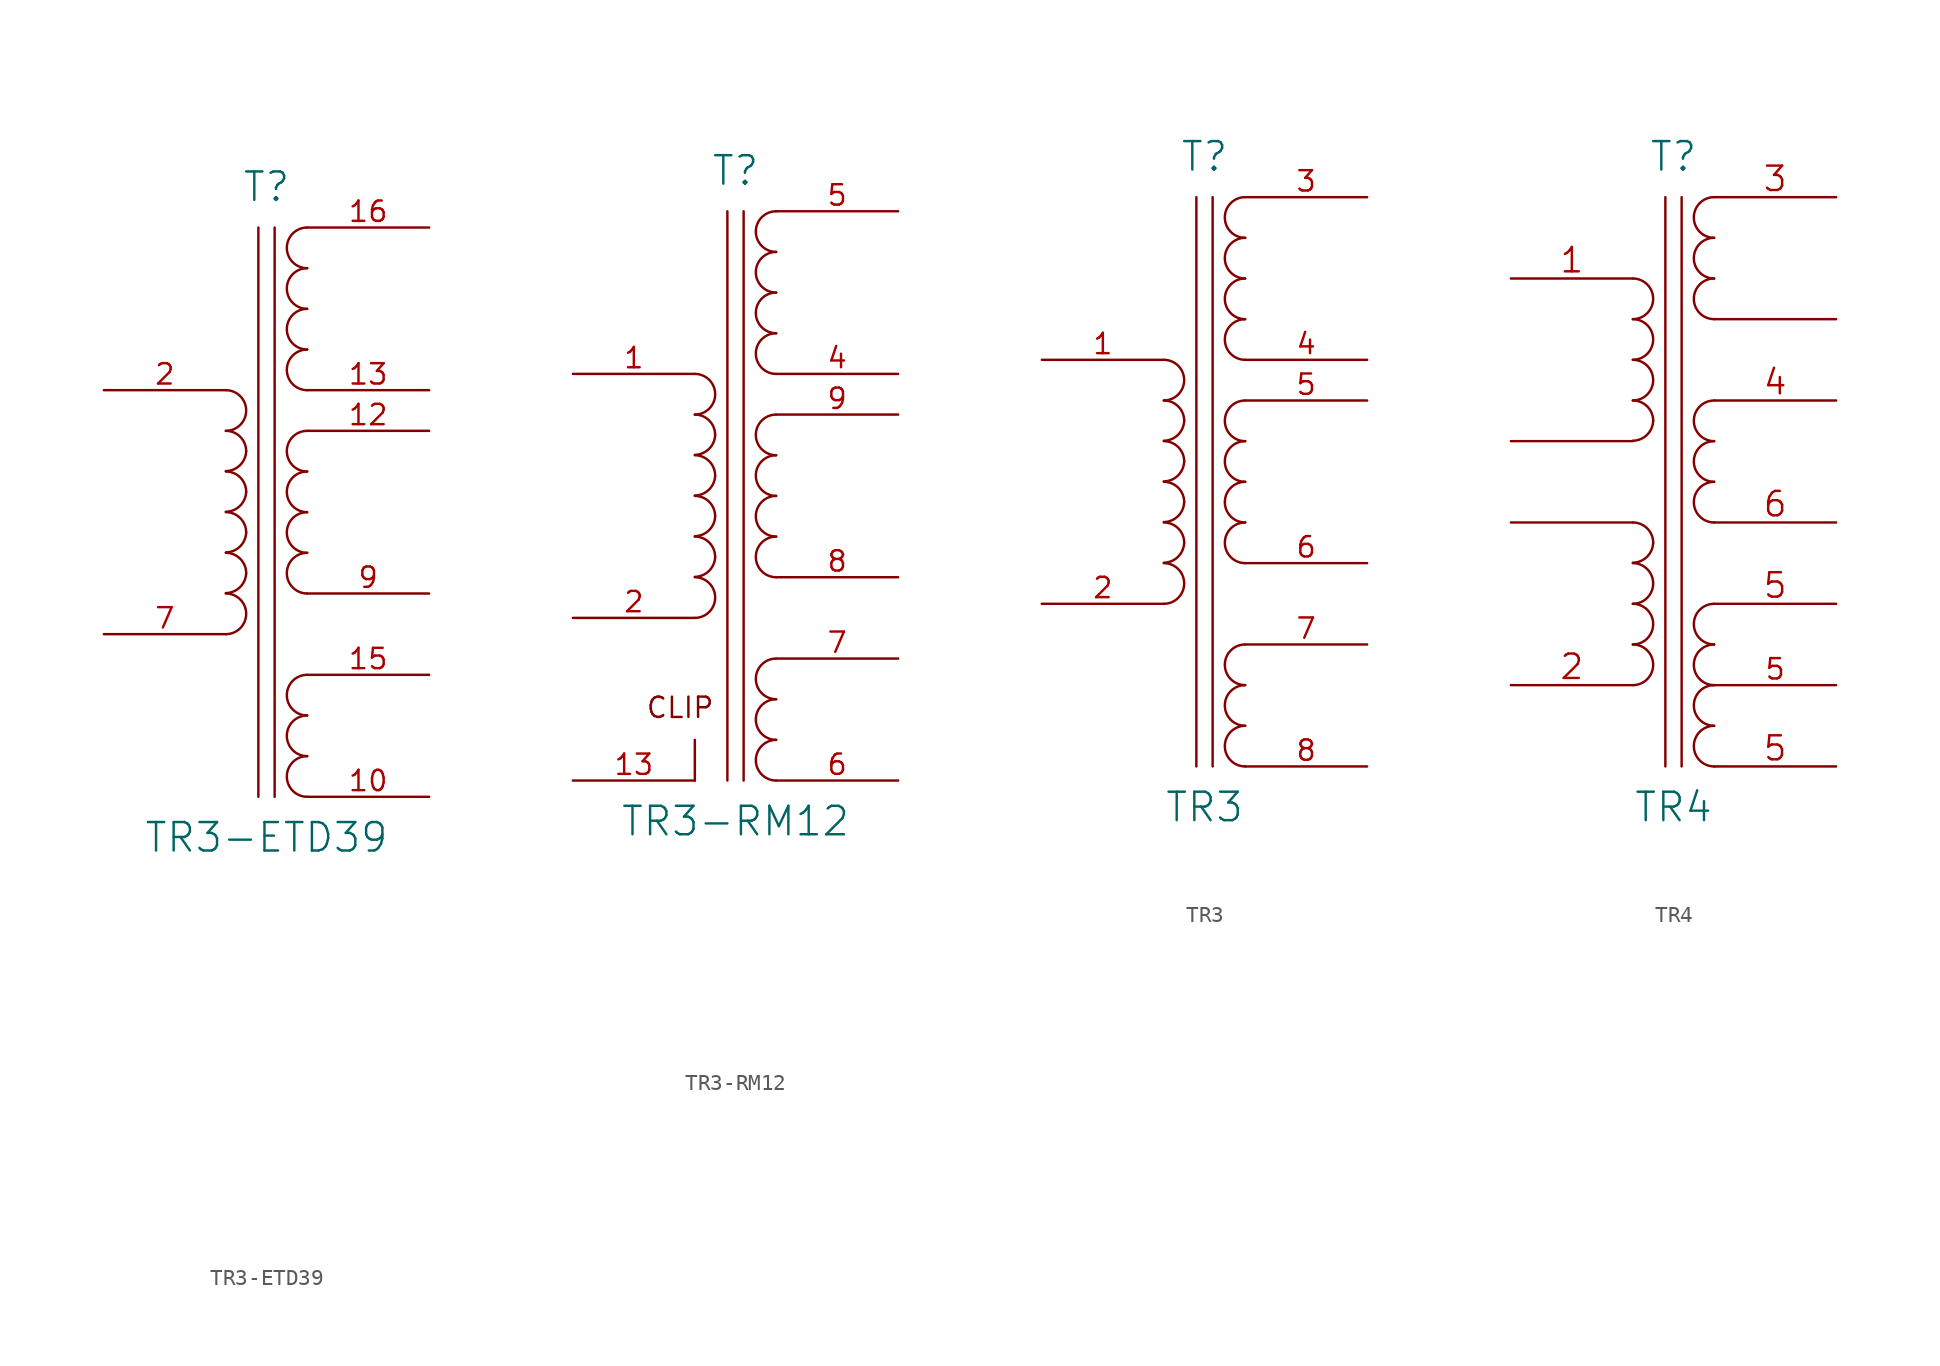
<source format=kicad_sym>
(kicad_symbol_lib
  (version 20211014)
  (generator kicad_symbol_editor)
  (symbol "TR3-ETD39"
    (pin_names
      (offset 1.016) hide)
    (property "Reference" "T"
      (at 0 20.32 0)
      (effects (font (size 1.778 1.778))))
    (property "Value" "TR3-ETD39"
      (at 0 -20.32 0)
      (effects (font (size 1.778 1.778))))
    (property "Footprint" ""
      (at 0 0 0)
      (effects (font (size 1.524 1.524))))
    (property "Datasheet" ""
      (at 0 0 0)
      (effects (font (size 1.524 1.524))))
    (symbol "TR3-ETD39_0_1"
      (arc (start -2.54 -7.62) (mid -1.27 -6.35) (end -2.54 -5.08) (stroke (width 0) (type default) (color 0 0 0 0)) (fill (type none)))
      (arc (start -2.54 -5.0546) (mid -1.6599 -4.6901) (end -1.27 -3.81) (stroke (width 0) (type default) (color 0 0 0 0)) (fill (type none)))
      (arc (start -2.54 -2.5146) (mid -1.6599 -2.1501) (end -1.27 -1.27) (stroke (width 0) (type default) (color 0 0 0 0)) (fill (type none)))
      (arc (start -2.54 0.0254) (mid -1.6599 0.3899) (end -1.27 1.27) (stroke (width 0) (type default) (color 0 0 0 0)) (fill (type none)))
      (arc (start -2.54 2.5654) (mid -1.6599 2.9299) (end -1.27 3.81) (stroke (width 0) (type default) (color 0 0 0 0)) (fill (type none)))
      (arc (start -2.54 5.08) (mid -1.27 6.35) (end -2.54 7.62) (stroke (width 0) (type default) (color 0 0 0 0)) (fill (type none)))
      (arc (start -1.27 -3.81) (mid -1.642 -2.912) (end -2.54 -2.54) (stroke (width 0) (type default) (color 0 0 0 0)) (fill (type none)))
      (arc (start -1.27 -1.27) (mid -1.642 -0.372) (end -2.54 0) (stroke (width 0) (type default) (color 0 0 0 0)) (fill (type none)))
      (arc (start -1.27 1.27) (mid -1.642 2.168) (end -2.54 2.54) (stroke (width 0) (type default) (color 0 0 0 0)) (fill (type none)))
      (arc (start -1.27 3.81) (mid -1.642 4.708) (end -2.54 5.08) (stroke (width 0) (type default) (color 0 0 0 0)) (fill (type none)))
      (polyline (pts (xy -0.508 -17.78) (xy -0.508 17.78)) (stroke (width 0) (type default) (color 0 0 0 0)) (fill (type none)))
      (polyline (pts (xy 0.508 17.78) (xy 0.508 -17.78)) (stroke (width 0) (type default) (color 0 0 0 0)) (fill (type none)))
      (arc (start 2.54 -15.24) (mid 1.27 -16.51) (end 2.54 -17.78) (stroke (width 0) (type default) (color 0 0 0 0)) (fill (type none)))
      (arc (start 2.54 -12.7) (mid 1.27 -13.97) (end 2.54 -15.24) (stroke (width 0) (type default) (color 0 0 0 0)) (fill (type none)))
      (arc (start 2.54 -10.16) (mid 1.27 -11.43) (end 2.54 -12.7) (stroke (width 0) (type default) (color 0 0 0 0)) (fill (type none)))
      (arc (start 2.54 -2.54) (mid 1.27 -3.81) (end 2.54 -5.08) (stroke (width 0) (type default) (color 0 0 0 0)) (fill (type none)))
      (arc (start 2.54 0) (mid 1.27 -1.27) (end 2.54 -2.54) (stroke (width 0) (type default) (color 0 0 0 0)) (fill (type none)))
      (arc (start 2.54 2.54) (mid 1.27 1.27) (end 2.54 0) (stroke (width 0) (type default) (color 0 0 0 0)) (fill (type none)))
      (arc (start 2.54 5.08) (mid 1.27 3.81) (end 2.54 2.54) (stroke (width 0) (type default) (color 0 0 0 0)) (fill (type none)))
      (arc (start 2.54 10.16) (mid 1.27 8.89) (end 2.54 7.62) (stroke (width 0) (type default) (color 0 0 0 0)) (fill (type none)))
      (arc (start 2.54 12.7) (mid 1.27 11.43) (end 2.54 10.16) (stroke (width 0) (type default) (color 0 0 0 0)) (fill (type none)))
      (arc (start 2.54 15.24) (mid 1.27 13.97) (end 2.54 12.7) (stroke (width 0) (type default) (color 0 0 0 0)) (fill (type none)))
      (arc (start 2.54 17.78) (mid 1.27 16.51) (end 2.54 15.24) (stroke (width 0) (type default) (color 0 0 0 0)) (fill (type none))))
    (symbol "TR3-ETD39_1_1"
      (pin no_connect line (at 3.81 -22.86 180) (length 7.62) hide (name "~" (effects (font (size 1.27 1.27)))) (number "1" (effects (font (size 1.27 1.27)))))
      (pin passive line (at 10.16 -17.78 180) (length 7.62) (name "~" (effects (font (size 1.27 1.27)))) (number "10" (effects (font (size 1.27 1.27)))))
      (pin no_connect line (at 3.81 -38.1 180) (length 7.62) hide (name "~" (effects (font (size 1.27 1.27)))) (number "11" (effects (font (size 1.27 1.27)))))
      (pin input line (at 10.16 5.08 180) (length 7.62) (name "~" (effects (font (size 1.27 1.27)))) (number "12" (effects (font (size 1.27 1.27)))))
      (pin passive line (at 10.16 7.62 180) (length 7.62) (name "~" (effects (font (size 1.27 1.27)))) (number "13" (effects (font (size 1.27 1.27)))))
      (pin no_connect line (at 3.81 -40.64 180) (length 7.62) hide (name "~" (effects (font (size 1.27 1.27)))) (number "14" (effects (font (size 1.27 1.27)))))
      (pin passive line (at 10.16 -10.16 180) (length 7.62) (name "~" (effects (font (size 1.27 1.27)))) (number "15" (effects (font (size 1.27 1.27)))))
      (pin passive line (at 10.16 17.78 180) (length 7.62) (name "~" (effects (font (size 1.27 1.27)))) (number "16" (effects (font (size 1.27 1.27)))))
      (pin passive line (at -10.16 7.62 0) (length 7.62) (name "~" (effects (font (size 1.27 1.27)))) (number "2" (effects (font (size 1.27 1.27)))))
      (pin no_connect line (at 3.81 -25.4 180) (length 7.62) hide (name "~" (effects (font (size 1.27 1.27)))) (number "3" (effects (font (size 1.27 1.27)))))
      (pin no_connect line (at 3.81 -27.94 180) (length 7.62) hide (name "~" (effects (font (size 1.27 1.27)))) (number "4" (effects (font (size 1.27 1.27)))))
      (pin no_connect line (at 3.81 -30.48 180) (length 7.62) hide (name "~" (effects (font (size 1.27 1.27)))) (number "5" (effects (font (size 1.27 1.27)))))
      (pin no_connect line (at 3.81 -33.02 180) (length 7.62) hide (name "~" (effects (font (size 1.27 1.27)))) (number "6" (effects (font (size 1.27 1.27)))))
      (pin passive line (at -10.16 -7.62 0) (length 7.62) (name "~" (effects (font (size 1.27 1.27)))) (number "7" (effects (font (size 1.27 1.27)))))
      (pin no_connect line (at 3.81 -35.56 180) (length 7.62) hide (name "~" (effects (font (size 1.27 1.27)))) (number "8" (effects (font (size 1.27 1.27)))))
      (pin input line (at 10.16 -5.08 180) (length 7.62) (name "~" (effects (font (size 1.27 1.27)))) (number "9" (effects (font (size 1.27 1.27)))))))
  (symbol "TR3-RM12"
    (pin_names
      (offset 1.016) hide)
    (property "Reference" "T"
      (at 0 20.32 0)
      (effects (font (size 1.778 1.778))))
    (property "Value" "TR3-RM12"
      (at 0 -20.32 0)
      (effects (font (size 1.778 1.778))))
    (property "Footprint" ""
      (at 0 0 0)
      (effects (font (size 1.524 1.524))))
    (property "Datasheet" ""
      (at 0 0 0)
      (effects (font (size 1.524 1.524))))
    (symbol "TR3-RM12_0_0"
      (polyline (pts (xy -2.54 -17.78) (xy -2.54 -15.24)) (stroke (width 0) (type default) (color 0 0 0 0)) (fill (type none)))
      (text "CLIP" (at -1.27 -13.97 0) (effects (font (size 1.27 1.27)) (justify right bottom))))
    (symbol "TR3-RM12_0_1"
      (arc (start -2.54 -7.62) (mid -1.27 -6.35) (end -2.54 -5.08) (stroke (width 0) (type default) (color 0 0 0 0)) (fill (type none)))
      (arc (start -2.54 -5.0546) (mid -1.6599 -4.6901) (end -1.27 -3.81) (stroke (width 0) (type default) (color 0 0 0 0)) (fill (type none)))
      (arc (start -2.54 -2.5146) (mid -1.6599 -2.1501) (end -1.27 -1.27) (stroke (width 0) (type default) (color 0 0 0 0)) (fill (type none)))
      (arc (start -2.54 0.0254) (mid -1.6599 0.3899) (end -1.27 1.27) (stroke (width 0) (type default) (color 0 0 0 0)) (fill (type none)))
      (arc (start -2.54 2.5654) (mid -1.6599 2.9299) (end -1.27 3.81) (stroke (width 0) (type default) (color 0 0 0 0)) (fill (type none)))
      (arc (start -2.54 5.08) (mid -1.27 6.35) (end -2.54 7.62) (stroke (width 0) (type default) (color 0 0 0 0)) (fill (type none)))
      (arc (start -1.27 -3.81) (mid -1.642 -2.912) (end -2.54 -2.54) (stroke (width 0) (type default) (color 0 0 0 0)) (fill (type none)))
      (arc (start -1.27 -1.27) (mid -1.642 -0.372) (end -2.54 0) (stroke (width 0) (type default) (color 0 0 0 0)) (fill (type none)))
      (arc (start -1.27 1.27) (mid -1.642 2.168) (end -2.54 2.54) (stroke (width 0) (type default) (color 0 0 0 0)) (fill (type none)))
      (arc (start -1.27 3.81) (mid -1.642 4.708) (end -2.54 5.08) (stroke (width 0) (type default) (color 0 0 0 0)) (fill (type none)))
      (polyline (pts (xy -0.508 -17.78) (xy -0.508 17.78)) (stroke (width 0) (type default) (color 0 0 0 0)) (fill (type none)))
      (polyline (pts (xy 0.508 17.78) (xy 0.508 -17.78)) (stroke (width 0) (type default) (color 0 0 0 0)) (fill (type none)))
      (arc (start 2.54 -15.24) (mid 1.27 -16.51) (end 2.54 -17.78) (stroke (width 0) (type default) (color 0 0 0 0)) (fill (type none)))
      (arc (start 2.54 -12.7) (mid 1.27 -13.97) (end 2.54 -15.24) (stroke (width 0) (type default) (color 0 0 0 0)) (fill (type none)))
      (arc (start 2.54 -10.16) (mid 1.27 -11.43) (end 2.54 -12.7) (stroke (width 0) (type default) (color 0 0 0 0)) (fill (type none)))
      (arc (start 2.54 -2.54) (mid 1.27 -3.81) (end 2.54 -5.08) (stroke (width 0) (type default) (color 0 0 0 0)) (fill (type none)))
      (arc (start 2.54 0) (mid 1.27 -1.27) (end 2.54 -2.54) (stroke (width 0) (type default) (color 0 0 0 0)) (fill (type none)))
      (arc (start 2.54 2.54) (mid 1.27 1.27) (end 2.54 0) (stroke (width 0) (type default) (color 0 0 0 0)) (fill (type none)))
      (arc (start 2.54 5.08) (mid 1.27 3.81) (end 2.54 2.54) (stroke (width 0) (type default) (color 0 0 0 0)) (fill (type none)))
      (arc (start 2.54 10.16) (mid 1.27 8.89) (end 2.54 7.62) (stroke (width 0) (type default) (color 0 0 0 0)) (fill (type none)))
      (arc (start 2.54 12.7) (mid 1.27 11.43) (end 2.54 10.16) (stroke (width 0) (type default) (color 0 0 0 0)) (fill (type none)))
      (arc (start 2.54 15.24) (mid 1.27 13.97) (end 2.54 12.7) (stroke (width 0) (type default) (color 0 0 0 0)) (fill (type none)))
      (arc (start 2.54 17.78) (mid 1.27 16.51) (end 2.54 15.24) (stroke (width 0) (type default) (color 0 0 0 0)) (fill (type none))))
    (symbol "TR3-RM12_1_1"
      (pin passive line (at -10.16 7.62 0) (length 7.62) (name "~" (effects (font (size 1.27 1.27)))) (number "1" (effects (font (size 1.27 1.27)))))
      (pin no_connect line (at 3.81 -25.4 180) (length 7.62) hide (name "~" (effects (font (size 1.27 1.27)))) (number "10" (effects (font (size 1.27 1.27)))))
      (pin no_connect line (at 3.81 -27.94 180) (length 7.62) hide (name "~" (effects (font (size 1.27 1.27)))) (number "11" (effects (font (size 1.27 1.27)))))
      (pin no_connect line (at 3.81 -30.48 180) (length 7.62) hide (name "~" (effects (font (size 1.27 1.27)))) (number "12" (effects (font (size 1.27 1.27)))))
      (pin passive line (at -10.16 -17.78 0) (length 7.62) (name "CLIP" (effects (font (size 1.27 1.27)))) (number "13" (effects (font (size 1.27 1.27)))))
      (pin passive line (at -10.16 -7.62 0) (length 7.62) (name "~" (effects (font (size 1.27 1.27)))) (number "2" (effects (font (size 1.27 1.27)))))
      (pin no_connect line (at 3.81 -22.86 180) (length 7.62) hide (name "~" (effects (font (size 1.27 1.27)))) (number "3" (effects (font (size 1.27 1.27)))))
      (pin passive line (at 10.16 7.62 180) (length 7.62) (name "~" (effects (font (size 1.27 1.27)))) (number "4" (effects (font (size 1.27 1.27)))))
      (pin passive line (at 10.16 17.78 180) (length 7.62) (name "~" (effects (font (size 1.27 1.27)))) (number "5" (effects (font (size 1.27 1.27)))))
      (pin passive line (at 10.16 -17.78 180) (length 7.62) (name "~" (effects (font (size 1.27 1.27)))) (number "6" (effects (font (size 1.27 1.27)))))
      (pin passive line (at 10.16 -10.16 180) (length 7.62) (name "~" (effects (font (size 1.27 1.27)))) (number "7" (effects (font (size 1.27 1.27)))))
      (pin input line (at 10.16 -5.08 180) (length 7.62) (name "~" (effects (font (size 1.27 1.27)))) (number "8" (effects (font (size 1.27 1.27)))))
      (pin input line (at 10.16 5.08 180) (length 7.62) (name "~" (effects (font (size 1.27 1.27)))) (number "9" (effects (font (size 1.27 1.27)))))))
  (symbol "TR3"
    (pin_names
      (offset 1.016) hide)
    (property "Reference" "T"
      (at 0 20.32 0)
      (effects (font (size 1.778 1.778))))
    (property "Value" "TR3"
      (at 0 -20.32 0)
      (effects (font (size 1.778 1.778))))
    (property "Footprint" ""
      (at 0 0 0)
      (effects (font (size 1.524 1.524))))
    (property "Datasheet" ""
      (at 0 0 0)
      (effects (font (size 1.524 1.524))))
    (symbol "TR3_0_1"
      (arc (start -2.54 -7.62) (mid -1.27 -6.35) (end -2.54 -5.08) (stroke (width 0) (type default) (color 0 0 0 0)) (fill (type none)))
      (arc (start -2.54 -5.0546) (mid -1.6599 -4.6901) (end -1.27 -3.81) (stroke (width 0) (type default) (color 0 0 0 0)) (fill (type none)))
      (arc (start -2.54 -2.5146) (mid -1.6599 -2.1501) (end -1.27 -1.27) (stroke (width 0) (type default) (color 0 0 0 0)) (fill (type none)))
      (arc (start -2.54 0.0254) (mid -1.6599 0.3899) (end -1.27 1.27) (stroke (width 0) (type default) (color 0 0 0 0)) (fill (type none)))
      (arc (start -2.54 2.5654) (mid -1.6599 2.9299) (end -1.27 3.81) (stroke (width 0) (type default) (color 0 0 0 0)) (fill (type none)))
      (arc (start -2.54 5.08) (mid -1.27 6.35) (end -2.54 7.62) (stroke (width 0) (type default) (color 0 0 0 0)) (fill (type none)))
      (arc (start -1.27 -3.81) (mid -1.642 -2.912) (end -2.54 -2.54) (stroke (width 0) (type default) (color 0 0 0 0)) (fill (type none)))
      (arc (start -1.27 -1.27) (mid -1.642 -0.372) (end -2.54 0) (stroke (width 0) (type default) (color 0 0 0 0)) (fill (type none)))
      (arc (start -1.27 1.27) (mid -1.642 2.168) (end -2.54 2.54) (stroke (width 0) (type default) (color 0 0 0 0)) (fill (type none)))
      (arc (start -1.27 3.81) (mid -1.642 4.708) (end -2.54 5.08) (stroke (width 0) (type default) (color 0 0 0 0)) (fill (type none)))
      (polyline (pts (xy -0.508 -17.78) (xy -0.508 17.78)) (stroke (width 0) (type default) (color 0 0 0 0)) (fill (type none)))
      (polyline (pts (xy 0.508 17.78) (xy 0.508 -17.78)) (stroke (width 0) (type default) (color 0 0 0 0)) (fill (type none)))
      (arc (start 2.54 -15.24) (mid 1.27 -16.51) (end 2.54 -17.78) (stroke (width 0) (type default) (color 0 0 0 0)) (fill (type none)))
      (arc (start 2.54 -12.7) (mid 1.27 -13.97) (end 2.54 -15.24) (stroke (width 0) (type default) (color 0 0 0 0)) (fill (type none)))
      (arc (start 2.54 -10.16) (mid 1.27 -11.43) (end 2.54 -12.7) (stroke (width 0) (type default) (color 0 0 0 0)) (fill (type none)))
      (arc (start 2.54 -2.54) (mid 1.27 -3.81) (end 2.54 -5.08) (stroke (width 0) (type default) (color 0 0 0 0)) (fill (type none)))
      (arc (start 2.54 0) (mid 1.27 -1.27) (end 2.54 -2.54) (stroke (width 0) (type default) (color 0 0 0 0)) (fill (type none)))
      (arc (start 2.54 2.54) (mid 1.27 1.27) (end 2.54 0) (stroke (width 0) (type default) (color 0 0 0 0)) (fill (type none)))
      (arc (start 2.54 5.08) (mid 1.27 3.81) (end 2.54 2.54) (stroke (width 0) (type default) (color 0 0 0 0)) (fill (type none)))
      (arc (start 2.54 10.16) (mid 1.27 8.89) (end 2.54 7.62) (stroke (width 0) (type default) (color 0 0 0 0)) (fill (type none)))
      (arc (start 2.54 12.7) (mid 1.27 11.43) (end 2.54 10.16) (stroke (width 0) (type default) (color 0 0 0 0)) (fill (type none)))
      (arc (start 2.54 15.24) (mid 1.27 13.97) (end 2.54 12.7) (stroke (width 0) (type default) (color 0 0 0 0)) (fill (type none)))
      (arc (start 2.54 17.78) (mid 1.27 16.51) (end 2.54 15.24) (stroke (width 0) (type default) (color 0 0 0 0)) (fill (type none))))
    (symbol "TR3_1_1"
      (pin passive line (at -10.16 7.62 0) (length 7.62) (name "~" (effects (font (size 1.27 1.27)))) (number "1" (effects (font (size 1.27 1.27)))))
      (pin passive line (at -10.16 -7.62 0) (length 7.62) (name "~" (effects (font (size 1.27 1.27)))) (number "2" (effects (font (size 1.27 1.27)))))
      (pin passive line (at 10.16 17.78 180) (length 7.62) (name "~" (effects (font (size 1.27 1.27)))) (number "3" (effects (font (size 1.27 1.27)))))
      (pin passive line (at 10.16 7.62 180) (length 7.62) (name "~" (effects (font (size 1.27 1.27)))) (number "4" (effects (font (size 1.27 1.27)))))
      (pin input line (at 10.16 5.08 180) (length 7.62) (name "~" (effects (font (size 1.27 1.27)))) (number "5" (effects (font (size 1.27 1.27)))))
      (pin input line (at 10.16 -5.08 180) (length 7.62) (name "~" (effects (font (size 1.27 1.27)))) (number "6" (effects (font (size 1.27 1.27)))))
      (pin passive line (at 10.16 -10.16 180) (length 7.62) (name "~" (effects (font (size 1.27 1.27)))) (number "7" (effects (font (size 1.27 1.27)))))
      (pin passive line (at 10.16 -17.78 180) (length 7.62) (name "~" (effects (font (size 1.27 1.27)))) (number "8" (effects (font (size 1.27 1.27)))))))
  (symbol "TR4"
    (pin_names
      (offset 1.016) hide)
    (property "Reference" "T"
      (at 0 20.32 0)
      (effects (font (size 1.778 1.778))))
    (property "Value" "TR4"
      (at 0 -20.32 0)
      (effects (font (size 1.778 1.778))))
    (property "Footprint" ""
      (at 0 0 0)
      (effects (font (size 1.524 1.524))))
    (property "Datasheet" ""
      (at 0 0 0)
      (effects (font (size 1.524 1.524))))
    (symbol "TR4_0_1"
      (arc (start -2.54 -12.7) (mid -1.27 -11.43) (end -2.54 -10.16) (stroke (width 0) (type default) (color 0 0 0 0)) (fill (type none)))
      (arc (start -2.54 -10.16) (mid -1.27 -8.89) (end -2.54 -7.62) (stroke (width 0) (type default) (color 0 0 0 0)) (fill (type none)))
      (arc (start -2.54 -7.62) (mid -1.27 -6.35) (end -2.54 -5.08) (stroke (width 0) (type default) (color 0 0 0 0)) (fill (type none)))
      (arc (start -2.54 -5.0546) (mid -1.6599 -4.6901) (end -1.27 -3.81) (stroke (width 0) (type default) (color 0 0 0 0)) (fill (type none)))
      (arc (start -2.54 2.5654) (mid -1.6599 2.9299) (end -1.27 3.81) (stroke (width 0) (type default) (color 0 0 0 0)) (fill (type none)))
      (arc (start -2.54 5.08) (mid -1.27 6.35) (end -2.54 7.62) (stroke (width 0) (type default) (color 0 0 0 0)) (fill (type none)))
      (arc (start -2.54 7.62) (mid -1.27 8.89) (end -2.54 10.16) (stroke (width 0) (type default) (color 0 0 0 0)) (fill (type none)))
      (arc (start -2.54 10.16) (mid -1.27 11.43) (end -2.54 12.7) (stroke (width 0) (type default) (color 0 0 0 0)) (fill (type none)))
      (arc (start -1.27 -3.81) (mid -1.642 -2.912) (end -2.54 -2.54) (stroke (width 0) (type default) (color 0 0 0 0)) (fill (type none)))
      (arc (start -1.27 3.81) (mid -1.642 4.708) (end -2.54 5.08) (stroke (width 0) (type default) (color 0 0 0 0)) (fill (type none)))
      (polyline (pts (xy -0.508 -17.78) (xy -0.508 17.78)) (stroke (width 0) (type default) (color 0 0 0 0)) (fill (type none)))
      (polyline (pts (xy 0.508 17.78) (xy 0.508 -17.78)) (stroke (width 0) (type default) (color 0 0 0 0)) (fill (type none)))
      (arc (start 2.54 -15.24) (mid 1.27 -16.51) (end 2.54 -17.78) (stroke (width 0) (type default) (color 0 0 0 0)) (fill (type none)))
      (arc (start 2.54 -12.7) (mid 1.27 -13.97) (end 2.54 -15.24) (stroke (width 0) (type default) (color 0 0 0 0)) (fill (type none)))
      (arc (start 2.54 -10.16) (mid 1.27 -11.43) (end 2.54 -12.7) (stroke (width 0) (type default) (color 0 0 0 0)) (fill (type none)))
      (arc (start 2.54 -7.62) (mid 1.27 -8.89) (end 2.54 -10.16) (stroke (width 0) (type default) (color 0 0 0 0)) (fill (type none)))
      (arc (start 2.54 0) (mid 1.27 -1.27) (end 2.54 -2.54) (stroke (width 0) (type default) (color 0 0 0 0)) (fill (type none)))
      (arc (start 2.54 2.54) (mid 1.27 1.27) (end 2.54 0) (stroke (width 0) (type default) (color 0 0 0 0)) (fill (type none)))
      (arc (start 2.54 5.08) (mid 1.27 3.81) (end 2.54 2.54) (stroke (width 0) (type default) (color 0 0 0 0)) (fill (type none)))
      (arc (start 2.54 12.7) (mid 1.27 11.43) (end 2.54 10.16) (stroke (width 0) (type default) (color 0 0 0 0)) (fill (type none)))
      (arc (start 2.54 15.24) (mid 1.27 13.97) (end 2.54 12.7) (stroke (width 0) (type default) (color 0 0 0 0)) (fill (type none)))
      (arc (start 2.54 17.78) (mid 1.27 16.51) (end 2.54 15.24) (stroke (width 0) (type default) (color 0 0 0 0)) (fill (type none))))
    (symbol "TR4_1_1"
      (pin passive line (at -10.16 12.7 0) (length 7.62) (name "AA" (effects (font (size 1.524 1.524)))) (number "1" (effects (font (size 1.524 1.524)))))
      (pin passive line (at -10.16 -12.7 0) (length 7.62) (name "AB" (effects (font (size 1.524 1.524)))) (number "2" (effects (font (size 1.524 1.524)))))
      (pin passive line (at 10.16 17.78 180) (length 7.62) (name "SA" (effects (font (size 1.524 1.524)))) (number "3" (effects (font (size 1.524 1.524)))))
      (pin passive line (at 10.16 5.08 180) (length 7.62) (name "SB" (effects (font (size 1.524 1.524)))) (number "4" (effects (font (size 1.524 1.524)))))
      (pin passive line (at 10.16 -7.62 180) (length 7.62) (name "SC" (effects (font (size 1.524 1.524)))) (number "5" (effects (font (size 1.524 1.524)))))
      (pin input line (at 10.16 -17.78 180) (length 7.62) (name "~" (effects (font (size 1.27 1.27)))) (number "5" (effects (font (size 1.499 1.499)))))
      (pin input line (at 10.16 -12.7 180) (length 7.62) (name "~" (effects (font (size 1.27 1.27)))) (number "5" (effects (font (size 1.27 1.27)))))
      (pin passive line (at 10.16 -2.54 180) (length 7.62) (name "SD" (effects (font (size 1.524 1.524)))) (number "6" (effects (font (size 1.524 1.524)))))
      (pin input line (at -10.16 -2.54 0) (length 7.62) (name "~" (effects (font (size 1.27 1.27)))) (number "~" (effects (font (size 1.499 1.499)))))
      (pin input line (at -10.16 2.54 0) (length 7.62) (name "~" (effects (font (size 1.27 1.27)))) (number "~" (effects (font (size 1.499 1.499)))))
      (pin input line (at 10.16 10.16 180) (length 7.62) (name "~" (effects (font (size 1.27 1.27)))) (number "~" (effects (font (size 1.499 1.499))))))))
</source>
